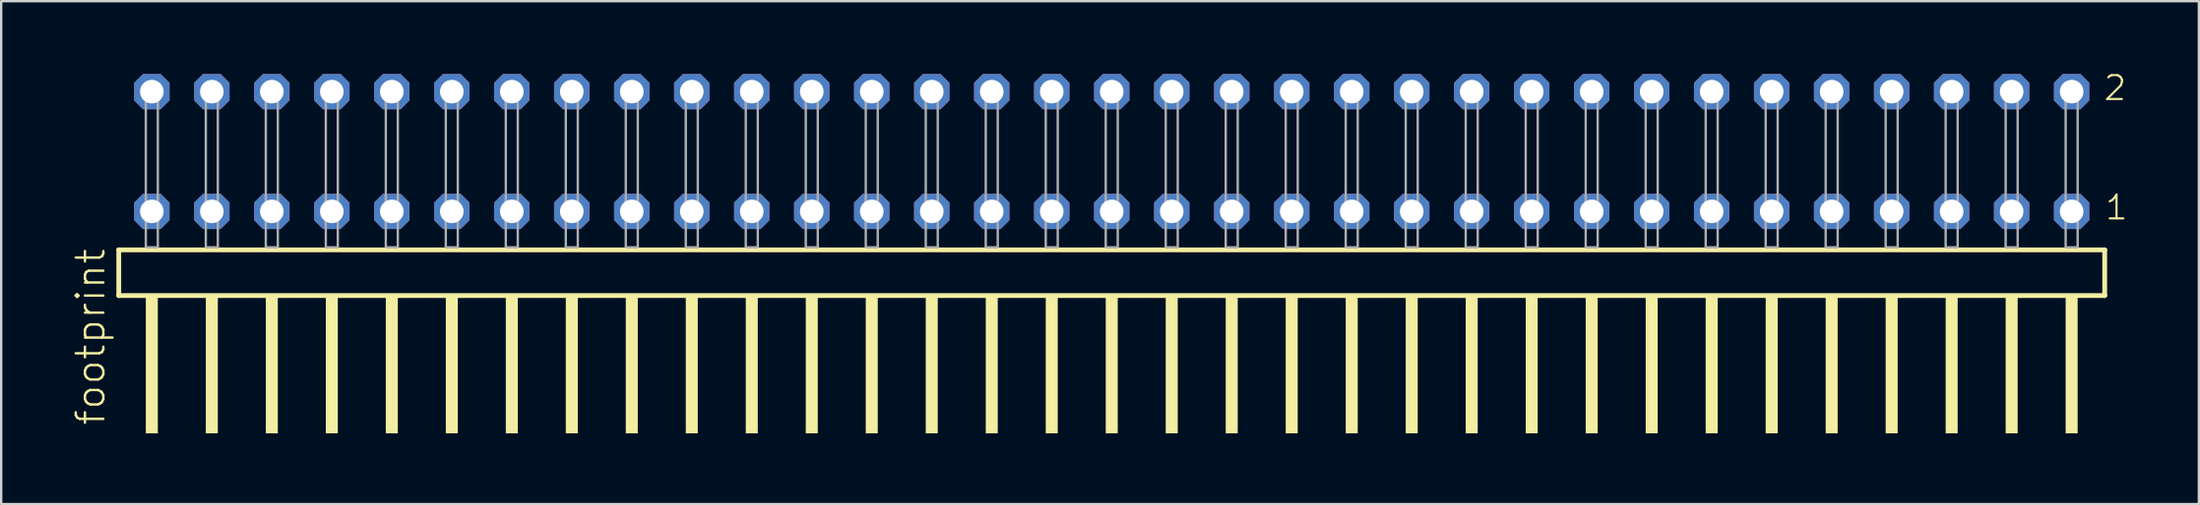
<source format=kicad_pcb>
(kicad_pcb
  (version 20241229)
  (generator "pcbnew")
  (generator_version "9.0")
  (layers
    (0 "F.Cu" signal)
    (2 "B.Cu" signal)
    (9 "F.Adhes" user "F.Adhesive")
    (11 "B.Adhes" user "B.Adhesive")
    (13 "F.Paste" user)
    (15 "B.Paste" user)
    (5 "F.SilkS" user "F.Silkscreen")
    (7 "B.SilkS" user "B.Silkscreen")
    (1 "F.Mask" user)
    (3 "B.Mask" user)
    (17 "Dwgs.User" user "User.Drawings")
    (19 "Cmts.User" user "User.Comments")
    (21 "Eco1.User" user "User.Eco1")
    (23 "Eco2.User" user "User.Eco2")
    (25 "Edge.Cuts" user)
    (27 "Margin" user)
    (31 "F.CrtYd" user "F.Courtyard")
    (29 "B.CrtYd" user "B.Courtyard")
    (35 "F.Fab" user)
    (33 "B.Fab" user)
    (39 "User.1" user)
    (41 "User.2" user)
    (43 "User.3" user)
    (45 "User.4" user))
  (footprint "footprint"
    (layer "F.Cu")
    (at 44.018 7.441)
    (property "Reference" "footprint" (at -42.545 7.62 90) (layer "F.SilkS") (effects (font (size 1.168 1.168) (thickness 0.102)) (justify left bottom)))
    (fp_line (start -42.039 0.106) (end -42.039 2.046) (stroke (width 0.203) (type solid)) (layer "F.SilkS"))
    (fp_line (start -42.039 2.046) (end 42.039 2.046) (stroke (width 0.203) (type solid)) (layer "F.SilkS"))
    (fp_line (start 42.039 0.106) (end -42.039 0.106) (stroke (width 0.203) (type solid)) (layer "F.SilkS"))
    (fp_line (start 42.039 2.046) (end 42.039 0.106) (stroke (width 0.203) (type solid)) (layer "F.SilkS"))
    (fp_poly (pts (xy -40.894 7.89) (xy -40.386 7.89) (xy -40.386 2.04) (xy -40.894 2.04)) (stroke (width 0) (type solid)) (fill yes) (layer "F.SilkS"))
    (fp_poly (pts (xy -38.354 7.89) (xy -37.846 7.89) (xy -37.846 2.04) (xy -38.354 2.04)) (stroke (width 0) (type solid)) (fill yes) (layer "F.SilkS"))
    (fp_poly (pts (xy -35.814 7.89) (xy -35.306 7.89) (xy -35.306 2.04) (xy -35.814 2.04)) (stroke (width 0) (type solid)) (fill yes) (layer "F.SilkS"))
    (fp_poly (pts (xy -33.274 7.89) (xy -32.766 7.89) (xy -32.766 2.04) (xy -33.274 2.04)) (stroke (width 0) (type solid)) (fill yes) (layer "F.SilkS"))
    (fp_poly (pts (xy -30.734 7.89) (xy -30.226 7.89) (xy -30.226 2.04) (xy -30.734 2.04)) (stroke (width 0) (type solid)) (fill yes) (layer "F.SilkS"))
    (fp_poly (pts (xy -28.194 7.89) (xy -27.686 7.89) (xy -27.686 2.04) (xy -28.194 2.04)) (stroke (width 0) (type solid)) (fill yes) (layer "F.SilkS"))
    (fp_poly (pts (xy -25.654 7.89) (xy -25.146 7.89) (xy -25.146 2.04) (xy -25.654 2.04)) (stroke (width 0) (type solid)) (fill yes) (layer "F.SilkS"))
    (fp_poly (pts (xy -23.114 7.89) (xy -22.606 7.89) (xy -22.606 2.04) (xy -23.114 2.04)) (stroke (width 0) (type solid)) (fill yes) (layer "F.SilkS"))
    (fp_poly (pts (xy -20.574 7.89) (xy -20.066 7.89) (xy -20.066 2.04) (xy -20.574 2.04)) (stroke (width 0) (type solid)) (fill yes) (layer "F.SilkS"))
    (fp_poly (pts (xy -18.034 7.89) (xy -17.526 7.89) (xy -17.526 2.04) (xy -18.034 2.04)) (stroke (width 0) (type solid)) (fill yes) (layer "F.SilkS"))
    (fp_poly (pts (xy -15.494 7.89) (xy -14.986 7.89) (xy -14.986 2.04) (xy -15.494 2.04)) (stroke (width 0) (type solid)) (fill yes) (layer "F.SilkS"))
    (fp_poly (pts (xy -12.954 7.89) (xy -12.446 7.89) (xy -12.446 2.04) (xy -12.954 2.04)) (stroke (width 0) (type solid)) (fill yes) (layer "F.SilkS"))
    (fp_poly (pts (xy -10.414 7.89) (xy -9.906 7.89) (xy -9.906 2.04) (xy -10.414 2.04)) (stroke (width 0) (type solid)) (fill yes) (layer "F.SilkS"))
    (fp_poly (pts (xy -7.874 7.89) (xy -7.366 7.89) (xy -7.366 2.04) (xy -7.874 2.04)) (stroke (width 0) (type solid)) (fill yes) (layer "F.SilkS"))
    (fp_poly (pts (xy -5.334 7.89) (xy -4.826 7.89) (xy -4.826 2.04) (xy -5.334 2.04)) (stroke (width 0) (type solid)) (fill yes) (layer "F.SilkS"))
    (fp_poly (pts (xy -2.794 7.89) (xy -2.286 7.89) (xy -2.286 2.04) (xy -2.794 2.04)) (stroke (width 0) (type solid)) (fill yes) (layer "F.SilkS"))
    (fp_poly (pts (xy -0.254 7.89) (xy 0.254 7.89) (xy 0.254 2.04) (xy -0.254 2.04)) (stroke (width 0) (type solid)) (fill yes) (layer "F.SilkS"))
    (fp_poly (pts (xy 2.286 7.89) (xy 2.794 7.89) (xy 2.794 2.04) (xy 2.286 2.04)) (stroke (width 0) (type solid)) (fill yes) (layer "F.SilkS"))
    (fp_poly (pts (xy 4.826 7.89) (xy 5.334 7.89) (xy 5.334 2.04) (xy 4.826 2.04)) (stroke (width 0) (type solid)) (fill yes) (layer "F.SilkS"))
    (fp_poly (pts (xy 7.366 7.89) (xy 7.874 7.89) (xy 7.874 2.04) (xy 7.366 2.04)) (stroke (width 0) (type solid)) (fill yes) (layer "F.SilkS"))
    (fp_poly (pts (xy 9.906 7.89) (xy 10.414 7.89) (xy 10.414 2.04) (xy 9.906 2.04)) (stroke (width 0) (type solid)) (fill yes) (layer "F.SilkS"))
    (fp_poly (pts (xy 12.446 7.89) (xy 12.954 7.89) (xy 12.954 2.04) (xy 12.446 2.04)) (stroke (width 0) (type solid)) (fill yes) (layer "F.SilkS"))
    (fp_poly (pts (xy 14.986 7.89) (xy 15.494 7.89) (xy 15.494 2.04) (xy 14.986 2.04)) (stroke (width 0) (type solid)) (fill yes) (layer "F.SilkS"))
    (fp_poly (pts (xy 17.526 7.89) (xy 18.034 7.89) (xy 18.034 2.04) (xy 17.526 2.04)) (stroke (width 0) (type solid)) (fill yes) (layer "F.SilkS"))
    (fp_poly (pts (xy 20.066 7.89) (xy 20.574 7.89) (xy 20.574 2.04) (xy 20.066 2.04)) (stroke (width 0) (type solid)) (fill yes) (layer "F.SilkS"))
    (fp_poly (pts (xy 22.606 7.89) (xy 23.114 7.89) (xy 23.114 2.04) (xy 22.606 2.04)) (stroke (width 0) (type solid)) (fill yes) (layer "F.SilkS"))
    (fp_poly (pts (xy 25.146 7.89) (xy 25.654 7.89) (xy 25.654 2.04) (xy 25.146 2.04)) (stroke (width 0) (type solid)) (fill yes) (layer "F.SilkS"))
    (fp_poly (pts (xy 27.686 7.89) (xy 28.194 7.89) (xy 28.194 2.04) (xy 27.686 2.04)) (stroke (width 0) (type solid)) (fill yes) (layer "F.SilkS"))
    (fp_poly (pts (xy 30.226 7.89) (xy 30.734 7.89) (xy 30.734 2.04) (xy 30.226 2.04)) (stroke (width 0) (type solid)) (fill yes) (layer "F.SilkS"))
    (fp_poly (pts (xy 32.766 7.89) (xy 33.274 7.89) (xy 33.274 2.04) (xy 32.766 2.04)) (stroke (width 0) (type solid)) (fill yes) (layer "F.SilkS"))
    (fp_poly (pts (xy 35.306 7.89) (xy 35.814 7.89) (xy 35.814 2.04) (xy 35.306 2.04)) (stroke (width 0) (type solid)) (fill yes) (layer "F.SilkS"))
    (fp_poly (pts (xy 37.846 7.89) (xy 38.354 7.89) (xy 38.354 2.04) (xy 37.846 2.04)) (stroke (width 0) (type solid)) (fill yes) (layer "F.SilkS"))
    (fp_poly (pts (xy 40.386 7.89) (xy 40.894 7.89) (xy 40.894 2.04) (xy 40.386 2.04)) (stroke (width 0) (type solid)) (fill yes) (layer "F.SilkS"))
    (fp_poly (pts (xy -40.894 0) (xy -40.386 0) (xy -40.386 -6.858) (xy -40.894 -6.858)) (stroke (width 0.1) (type solid)) (fill no) (layer "F.Fab"))
    (fp_poly (pts (xy -38.354 0) (xy -37.846 0) (xy -37.846 -6.858) (xy -38.354 -6.858)) (stroke (width 0.1) (type solid)) (fill no) (layer "F.Fab"))
    (fp_poly (pts (xy -35.814 0) (xy -35.306 0) (xy -35.306 -6.858) (xy -35.814 -6.858)) (stroke (width 0.1) (type solid)) (fill no) (layer "F.Fab"))
    (fp_poly (pts (xy -33.274 0) (xy -32.766 0) (xy -32.766 -6.858) (xy -33.274 -6.858)) (stroke (width 0.1) (type solid)) (fill no) (layer "F.Fab"))
    (fp_poly (pts (xy -30.734 0) (xy -30.226 0) (xy -30.226 -6.858) (xy -30.734 -6.858)) (stroke (width 0.1) (type solid)) (fill no) (layer "F.Fab"))
    (fp_poly (pts (xy -28.194 0) (xy -27.686 0) (xy -27.686 -6.858) (xy -28.194 -6.858)) (stroke (width 0.1) (type solid)) (fill no) (layer "F.Fab"))
    (fp_poly (pts (xy -25.654 0) (xy -25.146 0) (xy -25.146 -6.858) (xy -25.654 -6.858)) (stroke (width 0.1) (type solid)) (fill no) (layer "F.Fab"))
    (fp_poly (pts (xy -23.114 0) (xy -22.606 0) (xy -22.606 -6.858) (xy -23.114 -6.858)) (stroke (width 0.1) (type solid)) (fill no) (layer "F.Fab"))
    (fp_poly (pts (xy -20.574 0) (xy -20.066 0) (xy -20.066 -6.858) (xy -20.574 -6.858)) (stroke (width 0.1) (type solid)) (fill no) (layer "F.Fab"))
    (fp_poly (pts (xy -18.034 0) (xy -17.526 0) (xy -17.526 -6.858) (xy -18.034 -6.858)) (stroke (width 0.1) (type solid)) (fill no) (layer "F.Fab"))
    (fp_poly (pts (xy -15.494 0) (xy -14.986 0) (xy -14.986 -6.858) (xy -15.494 -6.858)) (stroke (width 0.1) (type solid)) (fill no) (layer "F.Fab"))
    (fp_poly (pts (xy -12.954 0) (xy -12.446 0) (xy -12.446 -6.858) (xy -12.954 -6.858)) (stroke (width 0.1) (type solid)) (fill no) (layer "F.Fab"))
    (fp_poly (pts (xy -10.414 0) (xy -9.906 0) (xy -9.906 -6.858) (xy -10.414 -6.858)) (stroke (width 0.1) (type solid)) (fill no) (layer "F.Fab"))
    (fp_poly (pts (xy -7.874 0) (xy -7.366 0) (xy -7.366 -6.858) (xy -7.874 -6.858)) (stroke (width 0.1) (type solid)) (fill no) (layer "F.Fab"))
    (fp_poly (pts (xy -5.334 0) (xy -4.826 0) (xy -4.826 -6.858) (xy -5.334 -6.858)) (stroke (width 0.1) (type solid)) (fill no) (layer "F.Fab"))
    (fp_poly (pts (xy -2.794 0) (xy -2.286 0) (xy -2.286 -6.858) (xy -2.794 -6.858)) (stroke (width 0.1) (type solid)) (fill no) (layer "F.Fab"))
    (fp_poly (pts (xy -0.254 0) (xy 0.254 0) (xy 0.254 -6.858) (xy -0.254 -6.858)) (stroke (width 0.1) (type solid)) (fill no) (layer "F.Fab"))
    (fp_poly (pts (xy 2.286 0) (xy 2.794 0) (xy 2.794 -6.858) (xy 2.286 -6.858)) (stroke (width 0.1) (type solid)) (fill no) (layer "F.Fab"))
    (fp_poly (pts (xy 4.826 0) (xy 5.334 0) (xy 5.334 -6.858) (xy 4.826 -6.858)) (stroke (width 0.1) (type solid)) (fill no) (layer "F.Fab"))
    (fp_poly (pts (xy 7.366 0) (xy 7.874 0) (xy 7.874 -6.858) (xy 7.366 -6.858)) (stroke (width 0.1) (type solid)) (fill no) (layer "F.Fab"))
    (fp_poly (pts (xy 9.906 0) (xy 10.414 0) (xy 10.414 -6.858) (xy 9.906 -6.858)) (stroke (width 0.1) (type solid)) (fill no) (layer "F.Fab"))
    (fp_poly (pts (xy 12.446 0) (xy 12.954 0) (xy 12.954 -6.858) (xy 12.446 -6.858)) (stroke (width 0.1) (type solid)) (fill no) (layer "F.Fab"))
    (fp_poly (pts (xy 14.986 0) (xy 15.494 0) (xy 15.494 -6.858) (xy 14.986 -6.858)) (stroke (width 0.1) (type solid)) (fill no) (layer "F.Fab"))
    (fp_poly (pts (xy 17.526 0) (xy 18.034 0) (xy 18.034 -6.858) (xy 17.526 -6.858)) (stroke (width 0.1) (type solid)) (fill no) (layer "F.Fab"))
    (fp_poly (pts (xy 20.066 0) (xy 20.574 0) (xy 20.574 -6.858) (xy 20.066 -6.858)) (stroke (width 0.1) (type solid)) (fill no) (layer "F.Fab"))
    (fp_poly (pts (xy 22.606 0) (xy 23.114 0) (xy 23.114 -6.858) (xy 22.606 -6.858)) (stroke (width 0.1) (type solid)) (fill no) (layer "F.Fab"))
    (fp_poly (pts (xy 25.146 0) (xy 25.654 0) (xy 25.654 -6.858) (xy 25.146 -6.858)) (stroke (width 0.1) (type solid)) (fill no) (layer "F.Fab"))
    (fp_poly (pts (xy 27.686 0) (xy 28.194 0) (xy 28.194 -6.858) (xy 27.686 -6.858)) (stroke (width 0.1) (type solid)) (fill no) (layer "F.Fab"))
    (fp_poly (pts (xy 30.226 0) (xy 30.734 0) (xy 30.734 -6.858) (xy 30.226 -6.858)) (stroke (width 0.1) (type solid)) (fill no) (layer "F.Fab"))
    (fp_poly (pts (xy 32.766 0) (xy 33.274 0) (xy 33.274 -6.858) (xy 32.766 -6.858)) (stroke (width 0.1) (type solid)) (fill no) (layer "F.Fab"))
    (fp_poly (pts (xy 35.306 0) (xy 35.814 0) (xy 35.814 -6.858) (xy 35.306 -6.858)) (stroke (width 0.1) (type solid)) (fill no) (layer "F.Fab"))
    (fp_poly (pts (xy 37.846 0) (xy 38.354 0) (xy 38.354 -6.858) (xy 37.846 -6.858)) (stroke (width 0.1) (type solid)) (fill no) (layer "F.Fab"))
    (fp_poly (pts (xy 40.386 0) (xy 40.894 0) (xy 40.894 -6.858) (xy 40.386 -6.858)) (stroke (width 0.1) (type solid)) (fill no) (layer "F.Fab"))
    (fp_text user "2" (at 41.94 -6.165 0) (layer "F.SilkS") (effects (font (size 1.012 1.012) (thickness 0.088)) (justify left bottom)))
    (fp_text user "1" (at 42 -1.1 0) (layer "F.SilkS") (effects (font (size 1.012 1.012) (thickness 0.088)) (justify left bottom)))
    (pad "1" thru_hole roundrect (at 40.64 -1.524 180) (size 1.5 1.5) (drill 1) (layers "*.Cu" "*.Mask") (roundrect_rratio 0.25) (chamfer_ratio 0.25) (chamfer top_left top_right bottom_left bottom_right))
    (pad "2" thru_hole roundrect (at 40.64 -6.604 180) (size 1.5 1.5) (drill 1) (layers "*.Cu" "*.Mask") (roundrect_rratio 0.25) (chamfer_ratio 0.25) (chamfer top_left top_right bottom_left bottom_right))
    (pad "3" thru_hole roundrect (at 38.1 -1.524 180) (size 1.5 1.5) (drill 1) (layers "*.Cu" "*.Mask") (roundrect_rratio 0.25) (chamfer_ratio 0.25) (chamfer top_left top_right bottom_left bottom_right))
    (pad "4" thru_hole roundrect (at 38.1 -6.604 180) (size 1.5 1.5) (drill 1) (layers "*.Cu" "*.Mask") (roundrect_rratio 0.25) (chamfer_ratio 0.25) (chamfer top_left top_right bottom_left bottom_right))
    (pad "5" thru_hole roundrect (at 35.56 -1.524 180) (size 1.5 1.5) (drill 1) (layers "*.Cu" "*.Mask") (roundrect_rratio 0.25) (chamfer_ratio 0.25) (chamfer top_left top_right bottom_left bottom_right))
    (pad "6" thru_hole roundrect (at 35.56 -6.604 180) (size 1.5 1.5) (drill 1) (layers "*.Cu" "*.Mask") (roundrect_rratio 0.25) (chamfer_ratio 0.25) (chamfer top_left top_right bottom_left bottom_right))
    (pad "7" thru_hole roundrect (at 33.02 -1.524 180) (size 1.5 1.5) (drill 1) (layers "*.Cu" "*.Mask") (roundrect_rratio 0.25) (chamfer_ratio 0.25) (chamfer top_left top_right bottom_left bottom_right))
    (pad "8" thru_hole roundrect (at 33.02 -6.604 180) (size 1.5 1.5) (drill 1) (layers "*.Cu" "*.Mask") (roundrect_rratio 0.25) (chamfer_ratio 0.25) (chamfer top_left top_right bottom_left bottom_right))
    (pad "9" thru_hole roundrect (at 30.48 -1.524 180) (size 1.5 1.5) (drill 1) (layers "*.Cu" "*.Mask") (roundrect_rratio 0.25) (chamfer_ratio 0.25) (chamfer top_left top_right bottom_left bottom_right))
    (pad "10" thru_hole roundrect (at 30.48 -6.604 180) (size 1.5 1.5) (drill 1) (layers "*.Cu" "*.Mask") (roundrect_rratio 0.25) (chamfer_ratio 0.25) (chamfer top_left top_right bottom_left bottom_right))
    (pad "11" thru_hole roundrect (at 27.94 -1.524 180) (size 1.5 1.5) (drill 1) (layers "*.Cu" "*.Mask") (roundrect_rratio 0.25) (chamfer_ratio 0.25) (chamfer top_left top_right bottom_left bottom_right))
    (pad "12" thru_hole roundrect (at 27.94 -6.604 180) (size 1.5 1.5) (drill 1) (layers "*.Cu" "*.Mask") (roundrect_rratio 0.25) (chamfer_ratio 0.25) (chamfer top_left top_right bottom_left bottom_right))
    (pad "13" thru_hole roundrect (at 25.4 -1.524 180) (size 1.5 1.5) (drill 1) (layers "*.Cu" "*.Mask") (roundrect_rratio 0.25) (chamfer_ratio 0.25) (chamfer top_left top_right bottom_left bottom_right))
    (pad "14" thru_hole roundrect (at 25.4 -6.604 180) (size 1.5 1.5) (drill 1) (layers "*.Cu" "*.Mask") (roundrect_rratio 0.25) (chamfer_ratio 0.25) (chamfer top_left top_right bottom_left bottom_right))
    (pad "15" thru_hole roundrect (at 22.86 -1.524 180) (size 1.5 1.5) (drill 1) (layers "*.Cu" "*.Mask") (roundrect_rratio 0.25) (chamfer_ratio 0.25) (chamfer top_left top_right bottom_left bottom_right))
    (pad "16" thru_hole roundrect (at 22.86 -6.604 180) (size 1.5 1.5) (drill 1) (layers "*.Cu" "*.Mask") (roundrect_rratio 0.25) (chamfer_ratio 0.25) (chamfer top_left top_right bottom_left bottom_right))
    (pad "17" thru_hole roundrect (at 20.32 -1.524 180) (size 1.5 1.5) (drill 1) (layers "*.Cu" "*.Mask") (roundrect_rratio 0.25) (chamfer_ratio 0.25) (chamfer top_left top_right bottom_left bottom_right))
    (pad "18" thru_hole roundrect (at 20.32 -6.604 180) (size 1.5 1.5) (drill 1) (layers "*.Cu" "*.Mask") (roundrect_rratio 0.25) (chamfer_ratio 0.25) (chamfer top_left top_right bottom_left bottom_right))
    (pad "19" thru_hole roundrect (at 17.78 -1.524 180) (size 1.5 1.5) (drill 1) (layers "*.Cu" "*.Mask") (roundrect_rratio 0.25) (chamfer_ratio 0.25) (chamfer top_left top_right bottom_left bottom_right))
    (pad "20" thru_hole roundrect (at 17.78 -6.604 180) (size 1.5 1.5) (drill 1) (layers "*.Cu" "*.Mask") (roundrect_rratio 0.25) (chamfer_ratio 0.25) (chamfer top_left top_right bottom_left bottom_right))
    (pad "21" thru_hole roundrect (at 15.24 -1.524 180) (size 1.5 1.5) (drill 1) (layers "*.Cu" "*.Mask") (roundrect_rratio 0.25) (chamfer_ratio 0.25) (chamfer top_left top_right bottom_left bottom_right))
    (pad "22" thru_hole roundrect (at 15.24 -6.604 180) (size 1.5 1.5) (drill 1) (layers "*.Cu" "*.Mask") (roundrect_rratio 0.25) (chamfer_ratio 0.25) (chamfer top_left top_right bottom_left bottom_right))
    (pad "23" thru_hole roundrect (at 12.7 -1.524 180) (size 1.5 1.5) (drill 1) (layers "*.Cu" "*.Mask") (roundrect_rratio 0.25) (chamfer_ratio 0.25) (chamfer top_left top_right bottom_left bottom_right))
    (pad "24" thru_hole roundrect (at 12.7 -6.604 180) (size 1.5 1.5) (drill 1) (layers "*.Cu" "*.Mask") (roundrect_rratio 0.25) (chamfer_ratio 0.25) (chamfer top_left top_right bottom_left bottom_right))
    (pad "25" thru_hole roundrect (at 10.16 -1.524 180) (size 1.5 1.5) (drill 1) (layers "*.Cu" "*.Mask") (roundrect_rratio 0.25) (chamfer_ratio 0.25) (chamfer top_left top_right bottom_left bottom_right))
    (pad "26" thru_hole roundrect (at 10.16 -6.604 180) (size 1.5 1.5) (drill 1) (layers "*.Cu" "*.Mask") (roundrect_rratio 0.25) (chamfer_ratio 0.25) (chamfer top_left top_right bottom_left bottom_right))
    (pad "27" thru_hole roundrect (at 7.62 -1.524 180) (size 1.5 1.5) (drill 1) (layers "*.Cu" "*.Mask") (roundrect_rratio 0.25) (chamfer_ratio 0.25) (chamfer top_left top_right bottom_left bottom_right))
    (pad "28" thru_hole roundrect (at 7.62 -6.604 180) (size 1.5 1.5) (drill 1) (layers "*.Cu" "*.Mask") (roundrect_rratio 0.25) (chamfer_ratio 0.25) (chamfer top_left top_right bottom_left bottom_right))
    (pad "29" thru_hole roundrect (at 5.08 -1.524 180) (size 1.5 1.5) (drill 1) (layers "*.Cu" "*.Mask") (roundrect_rratio 0.25) (chamfer_ratio 0.25) (chamfer top_left top_right bottom_left bottom_right))
    (pad "30" thru_hole roundrect (at 5.08 -6.604 180) (size 1.5 1.5) (drill 1) (layers "*.Cu" "*.Mask") (roundrect_rratio 0.25) (chamfer_ratio 0.25) (chamfer top_left top_right bottom_left bottom_right))
    (pad "31" thru_hole roundrect (at 2.54 -1.524 180) (size 1.5 1.5) (drill 1) (layers "*.Cu" "*.Mask") (roundrect_rratio 0.25) (chamfer_ratio 0.25) (chamfer top_left top_right bottom_left bottom_right))
    (pad "32" thru_hole roundrect (at 2.54 -6.604 180) (size 1.5 1.5) (drill 1) (layers "*.Cu" "*.Mask") (roundrect_rratio 0.25) (chamfer_ratio 0.25) (chamfer top_left top_right bottom_left bottom_right))
    (pad "33" thru_hole roundrect (at 0 -1.524 180) (size 1.5 1.5) (drill 1) (layers "*.Cu" "*.Mask") (roundrect_rratio 0.25) (chamfer_ratio 0.25) (chamfer top_left top_right bottom_left bottom_right))
    (pad "34" thru_hole roundrect (at 0 -6.604 180) (size 1.5 1.5) (drill 1) (layers "*.Cu" "*.Mask") (roundrect_rratio 0.25) (chamfer_ratio 0.25) (chamfer top_left top_right bottom_left bottom_right))
    (pad "35" thru_hole roundrect (at -2.54 -1.524 180) (size 1.5 1.5) (drill 1) (layers "*.Cu" "*.Mask") (roundrect_rratio 0.25) (chamfer_ratio 0.25) (chamfer top_left top_right bottom_left bottom_right))
    (pad "36" thru_hole roundrect (at -2.54 -6.604 180) (size 1.5 1.5) (drill 1) (layers "*.Cu" "*.Mask") (roundrect_rratio 0.25) (chamfer_ratio 0.25) (chamfer top_left top_right bottom_left bottom_right))
    (pad "37" thru_hole roundrect (at -5.08 -1.524 180) (size 1.5 1.5) (drill 1) (layers "*.Cu" "*.Mask") (roundrect_rratio 0.25) (chamfer_ratio 0.25) (chamfer top_left top_right bottom_left bottom_right))
    (pad "38" thru_hole roundrect (at -5.08 -6.604 180) (size 1.5 1.5) (drill 1) (layers "*.Cu" "*.Mask") (roundrect_rratio 0.25) (chamfer_ratio 0.25) (chamfer top_left top_right bottom_left bottom_right))
    (pad "39" thru_hole roundrect (at -7.62 -1.524 180) (size 1.5 1.5) (drill 1) (layers "*.Cu" "*.Mask") (roundrect_rratio 0.25) (chamfer_ratio 0.25) (chamfer top_left top_right bottom_left bottom_right))
    (pad "40" thru_hole roundrect (at -7.62 -6.604 180) (size 1.5 1.5) (drill 1) (layers "*.Cu" "*.Mask") (roundrect_rratio 0.25) (chamfer_ratio 0.25) (chamfer top_left top_right bottom_left bottom_right))
    (pad "41" thru_hole roundrect (at -10.16 -1.524 180) (size 1.5 1.5) (drill 1) (layers "*.Cu" "*.Mask") (roundrect_rratio 0.25) (chamfer_ratio 0.25) (chamfer top_left top_right bottom_left bottom_right))
    (pad "42" thru_hole roundrect (at -10.16 -6.604 180) (size 1.5 1.5) (drill 1) (layers "*.Cu" "*.Mask") (roundrect_rratio 0.25) (chamfer_ratio 0.25) (chamfer top_left top_right bottom_left bottom_right))
    (pad "43" thru_hole roundrect (at -12.7 -1.524 180) (size 1.5 1.5) (drill 1) (layers "*.Cu" "*.Mask") (roundrect_rratio 0.25) (chamfer_ratio 0.25) (chamfer top_left top_right bottom_left bottom_right))
    (pad "44" thru_hole roundrect (at -12.7 -6.604 180) (size 1.5 1.5) (drill 1) (layers "*.Cu" "*.Mask") (roundrect_rratio 0.25) (chamfer_ratio 0.25) (chamfer top_left top_right bottom_left bottom_right))
    (pad "45" thru_hole roundrect (at -15.24 -1.524 180) (size 1.5 1.5) (drill 1) (layers "*.Cu" "*.Mask") (roundrect_rratio 0.25) (chamfer_ratio 0.25) (chamfer top_left top_right bottom_left bottom_right))
    (pad "46" thru_hole roundrect (at -15.24 -6.604 180) (size 1.5 1.5) (drill 1) (layers "*.Cu" "*.Mask") (roundrect_rratio 0.25) (chamfer_ratio 0.25) (chamfer top_left top_right bottom_left bottom_right))
    (pad "47" thru_hole roundrect (at -17.78 -1.524 180) (size 1.5 1.5) (drill 1) (layers "*.Cu" "*.Mask") (roundrect_rratio 0.25) (chamfer_ratio 0.25) (chamfer top_left top_right bottom_left bottom_right))
    (pad "48" thru_hole roundrect (at -17.78 -6.604 180) (size 1.5 1.5) (drill 1) (layers "*.Cu" "*.Mask") (roundrect_rratio 0.25) (chamfer_ratio 0.25) (chamfer top_left top_right bottom_left bottom_right))
    (pad "49" thru_hole roundrect (at -20.32 -1.524 180) (size 1.5 1.5) (drill 1) (layers "*.Cu" "*.Mask") (roundrect_rratio 0.25) (chamfer_ratio 0.25) (chamfer top_left top_right bottom_left bottom_right))
    (pad "50" thru_hole roundrect (at -20.32 -6.604 180) (size 1.5 1.5) (drill 1) (layers "*.Cu" "*.Mask") (roundrect_rratio 0.25) (chamfer_ratio 0.25) (chamfer top_left top_right bottom_left bottom_right))
    (pad "51" thru_hole roundrect (at -22.86 -1.524 180) (size 1.5 1.5) (drill 1) (layers "*.Cu" "*.Mask") (roundrect_rratio 0.25) (chamfer_ratio 0.25) (chamfer top_left top_right bottom_left bottom_right))
    (pad "52" thru_hole roundrect (at -22.86 -6.604 180) (size 1.5 1.5) (drill 1) (layers "*.Cu" "*.Mask") (roundrect_rratio 0.25) (chamfer_ratio 0.25) (chamfer top_left top_right bottom_left bottom_right))
    (pad "53" thru_hole roundrect (at -25.4 -1.524 180) (size 1.5 1.5) (drill 1) (layers "*.Cu" "*.Mask") (roundrect_rratio 0.25) (chamfer_ratio 0.25) (chamfer top_left top_right bottom_left bottom_right))
    (pad "54" thru_hole roundrect (at -25.4 -6.604 180) (size 1.5 1.5) (drill 1) (layers "*.Cu" "*.Mask") (roundrect_rratio 0.25) (chamfer_ratio 0.25) (chamfer top_left top_right bottom_left bottom_right))
    (pad "55" thru_hole roundrect (at -27.94 -1.524 180) (size 1.5 1.5) (drill 1) (layers "*.Cu" "*.Mask") (roundrect_rratio 0.25) (chamfer_ratio 0.25) (chamfer top_left top_right bottom_left bottom_right))
    (pad "56" thru_hole roundrect (at -27.94 -6.604 180) (size 1.5 1.5) (drill 1) (layers "*.Cu" "*.Mask") (roundrect_rratio 0.25) (chamfer_ratio 0.25) (chamfer top_left top_right bottom_left bottom_right))
    (pad "57" thru_hole roundrect (at -30.48 -1.524 180) (size 1.5 1.5) (drill 1) (layers "*.Cu" "*.Mask") (roundrect_rratio 0.25) (chamfer_ratio 0.25) (chamfer top_left top_right bottom_left bottom_right))
    (pad "58" thru_hole roundrect (at -30.48 -6.604 180) (size 1.5 1.5) (drill 1) (layers "*.Cu" "*.Mask") (roundrect_rratio 0.25) (chamfer_ratio 0.25) (chamfer top_left top_right bottom_left bottom_right))
    (pad "59" thru_hole roundrect (at -33.02 -1.524 180) (size 1.5 1.5) (drill 1) (layers "*.Cu" "*.Mask") (roundrect_rratio 0.25) (chamfer_ratio 0.25) (chamfer top_left top_right bottom_left bottom_right))
    (pad "60" thru_hole roundrect (at -33.02 -6.604 180) (size 1.5 1.5) (drill 1) (layers "*.Cu" "*.Mask") (roundrect_rratio 0.25) (chamfer_ratio 0.25) (chamfer top_left top_right bottom_left bottom_right))
    (pad "61" thru_hole roundrect (at -35.56 -1.524 180) (size 1.5 1.5) (drill 1) (layers "*.Cu" "*.Mask") (roundrect_rratio 0.25) (chamfer_ratio 0.25) (chamfer top_left top_right bottom_left bottom_right))
    (pad "62" thru_hole roundrect (at -35.56 -6.604 180) (size 1.5 1.5) (drill 1) (layers "*.Cu" "*.Mask") (roundrect_rratio 0.25) (chamfer_ratio 0.25) (chamfer top_left top_right bottom_left bottom_right))
    (pad "63" thru_hole roundrect (at -38.1 -1.524 180) (size 1.5 1.5) (drill 1) (layers "*.Cu" "*.Mask") (roundrect_rratio 0.25) (chamfer_ratio 0.25) (chamfer top_left top_right bottom_left bottom_right))
    (pad "64" thru_hole roundrect (at -38.1 -6.604 180) (size 1.5 1.5) (drill 1) (layers "*.Cu" "*.Mask") (roundrect_rratio 0.25) (chamfer_ratio 0.25) (chamfer top_left top_right bottom_left bottom_right))
    (pad "65" thru_hole roundrect (at -40.64 -1.524 180) (size 1.5 1.5) (drill 1) (layers "*.Cu" "*.Mask") (roundrect_rratio 0.25) (chamfer_ratio 0.25) (chamfer top_left top_right bottom_left bottom_right))
    (pad "66" thru_hole roundrect (at -40.64 -6.604 180) (size 1.5 1.5) (drill 1) (layers "*.Cu" "*.Mask") (roundrect_rratio 0.25) (chamfer_ratio 0.25) (chamfer top_left top_right bottom_left bottom_right)))
  (gr_rect
    (start -3 -3)
    (end 90.044 18.331)
    (stroke (width 0.1) (type default))
    (fill no)
    (layer "Edge.Cuts")))
</source>
